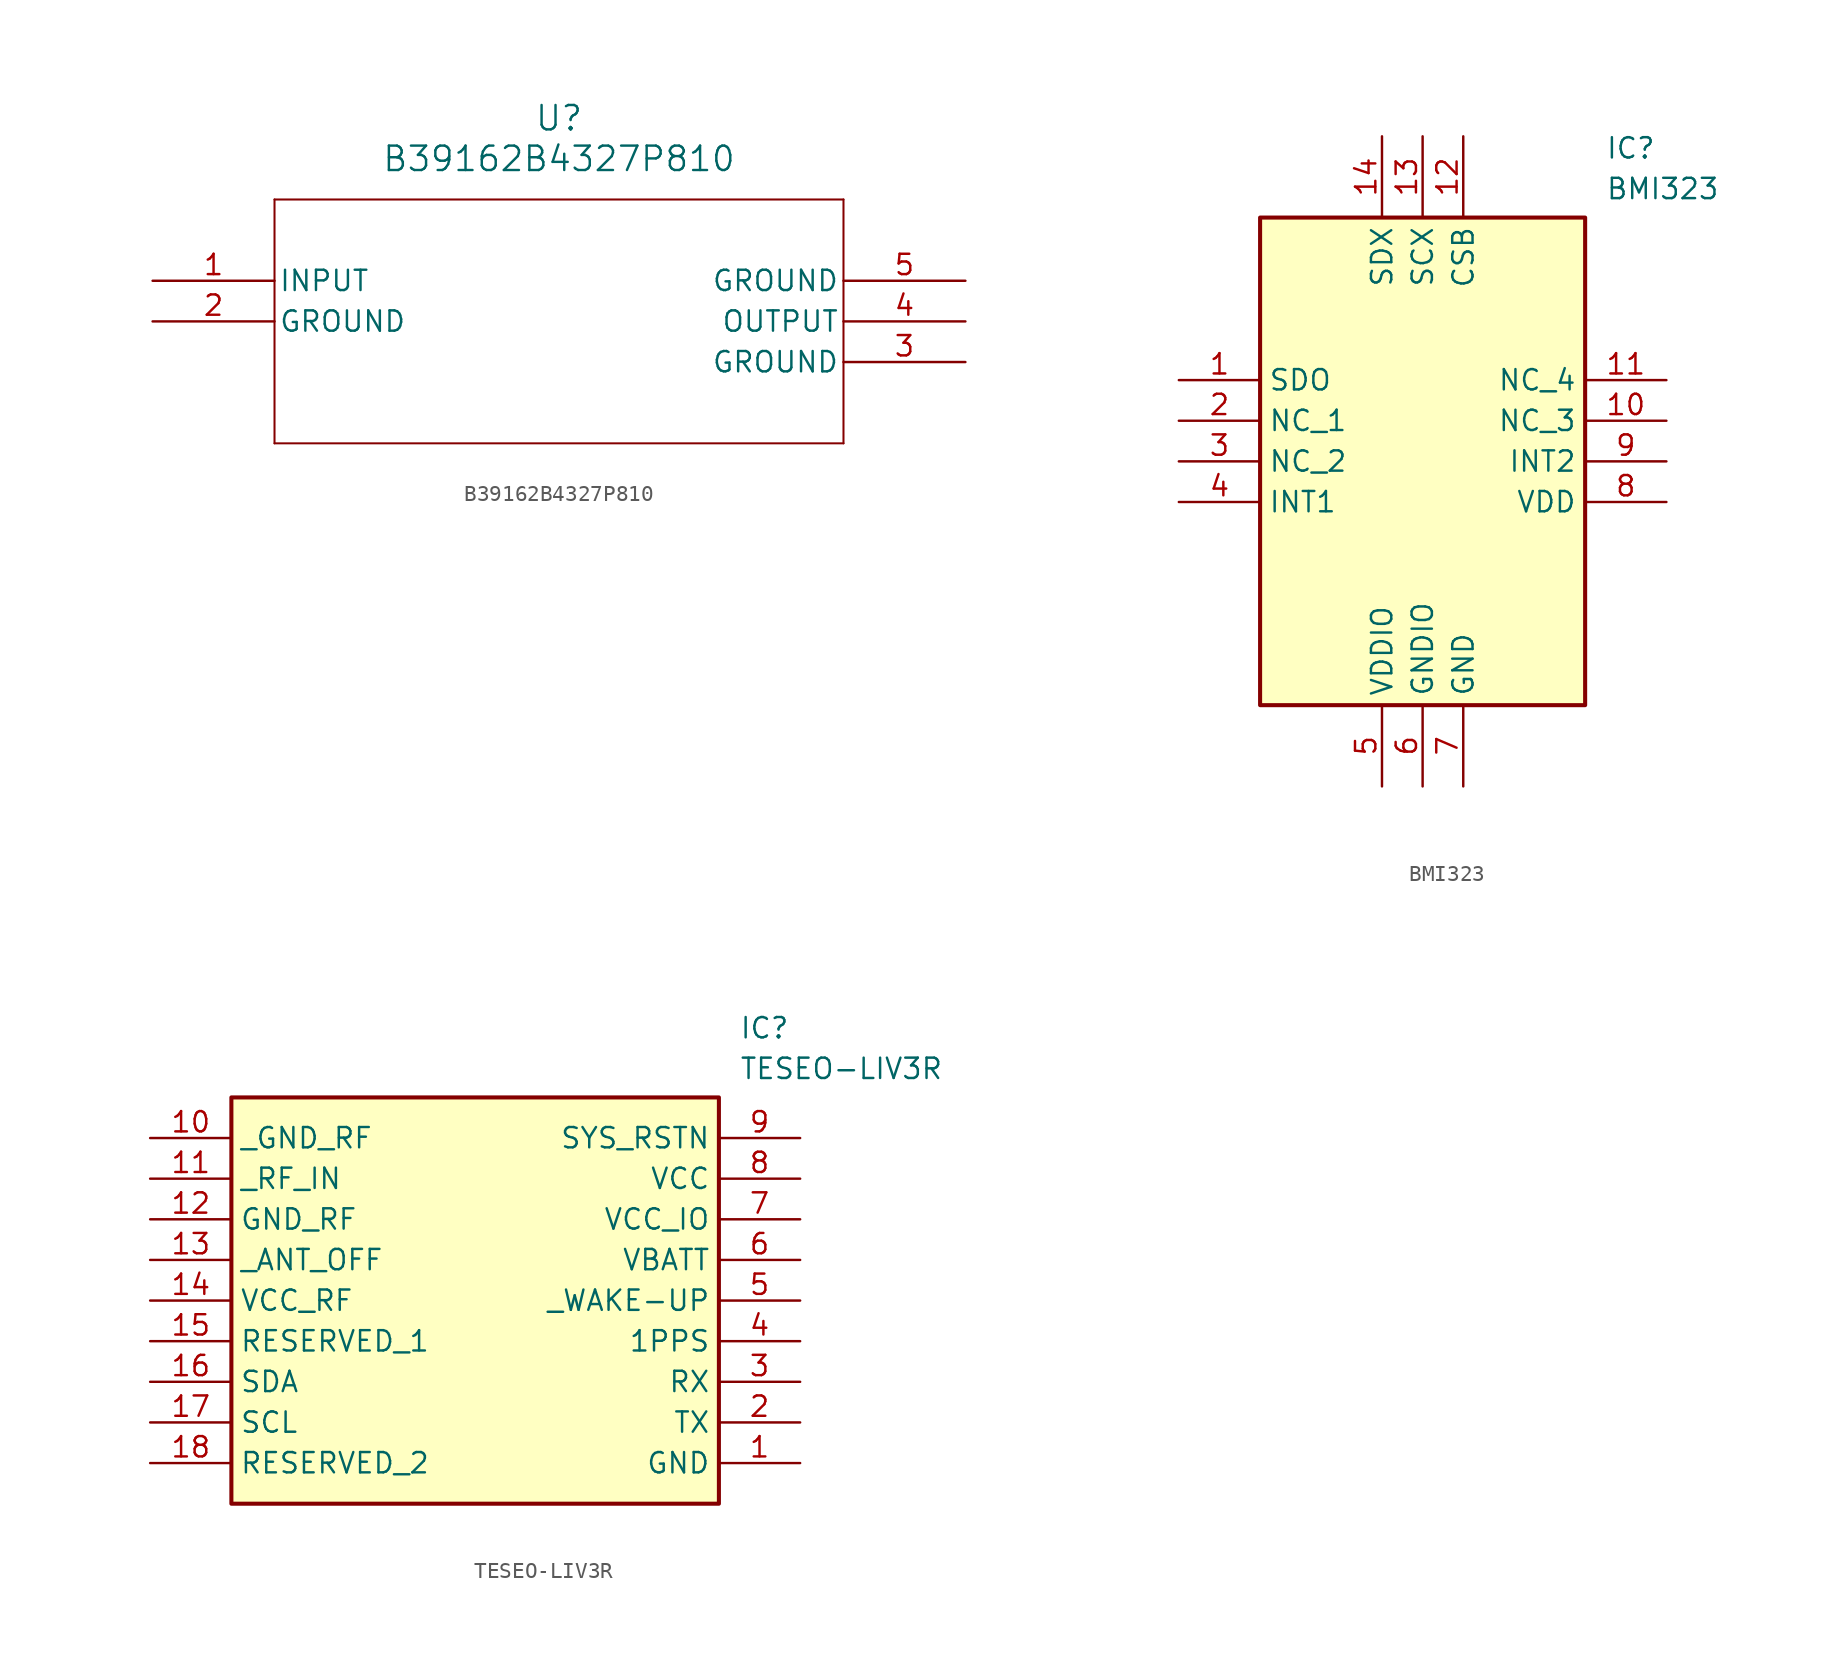
<source format=kicad_sym>
(kicad_symbol_lib
  (version 20231120)
  (generator "kicad_symbol_editor")
  (generator_version "8.0")
  (symbol "B39162B4327P810"
    (pin_names
      (offset 0.254))
    (property "Reference" "U"
      (at 25.4 10.16 0)
      (effects (font (size 1.524 1.524))))
    (property "Value" "B39162B4327P810"
      (at 25.4 7.62 0)
      (effects (font (size 1.524 1.524))))
    (property "ki_locked" ""
      (at 0 0 0)
      (effects (font (size 1.27 1.27))))
    (symbol "B39162B4327P810_0_1"
      (polyline (pts (xy 7.62 -10.16) (xy 43.18 -10.16)) (stroke (width 0.127) (type default)) (fill (type none)))
      (polyline (pts (xy 7.62 5.08) (xy 7.62 -10.16)) (stroke (width 0.127) (type default)) (fill (type none)))
      (polyline (pts (xy 43.18 -10.16) (xy 43.18 5.08)) (stroke (width 0.127) (type default)) (fill (type none)))
      (polyline (pts (xy 43.18 5.08) (xy 7.62 5.08)) (stroke (width 0.127) (type default)) (fill (type none)))
      (pin input line (at 0 0 0) (length 7.62) (name "INPUT" (effects (font (size 1.27 1.27)))) (number "1" (effects (font (size 1.27 1.27)))))
      (pin power_out line (at 0 -2.54 0) (length 7.62) (name "GROUND" (effects (font (size 1.27 1.27)))) (number "2" (effects (font (size 1.27 1.27)))))
      (pin power_out line (at 50.8 -5.08 180) (length 7.62) (name "GROUND" (effects (font (size 1.27 1.27)))) (number "3" (effects (font (size 1.27 1.27)))))
      (pin output line (at 50.8 -2.54 180) (length 7.62) (name "OUTPUT" (effects (font (size 1.27 1.27)))) (number "4" (effects (font (size 1.27 1.27)))))
      (pin power_out line (at 50.8 0 180) (length 7.62) (name "GROUND" (effects (font (size 1.27 1.27)))) (number "5" (effects (font (size 1.27 1.27)))))))
  (symbol "BMI323"
    (property "Reference" "IC"
      (at 26.67 15.24 0)
      (effects (font (size 1.27 1.27)) (justify left top)))
    (property "Value" "BMI323"
      (at 26.67 12.7 0)
      (effects (font (size 1.27 1.27)) (justify left top)))
    (symbol "BMI323_1_1"
      (rectangle (start 5.08 10.16) (end 25.4 -20.32) (stroke (width 0.254) (type default)) (fill (type background)))
      (pin passive line (at 0 0 0) (length 5.08) (name "SDO" (effects (font (size 1.27 1.27)))) (number "1" (effects (font (size 1.27 1.27)))))
      (pin passive line (at 30.48 -2.54 180) (length 5.08) (name "NC_3" (effects (font (size 1.27 1.27)))) (number "10" (effects (font (size 1.27 1.27)))))
      (pin passive line (at 30.48 0 180) (length 5.08) (name "NC_4" (effects (font (size 1.27 1.27)))) (number "11" (effects (font (size 1.27 1.27)))))
      (pin passive line (at 17.78 15.24 270) (length 5.08) (name "CSB" (effects (font (size 1.27 1.27)))) (number "12" (effects (font (size 1.27 1.27)))))
      (pin passive line (at 15.24 15.24 270) (length 5.08) (name "SCX" (effects (font (size 1.27 1.27)))) (number "13" (effects (font (size 1.27 1.27)))))
      (pin passive line (at 12.7 15.24 270) (length 5.08) (name "SDX" (effects (font (size 1.27 1.27)))) (number "14" (effects (font (size 1.27 1.27)))))
      (pin passive line (at 0 -2.54 0) (length 5.08) (name "NC_1" (effects (font (size 1.27 1.27)))) (number "2" (effects (font (size 1.27 1.27)))))
      (pin passive line (at 0 -5.08 0) (length 5.08) (name "NC_2" (effects (font (size 1.27 1.27)))) (number "3" (effects (font (size 1.27 1.27)))))
      (pin passive line (at 0 -7.62 0) (length 5.08) (name "INT1" (effects (font (size 1.27 1.27)))) (number "4" (effects (font (size 1.27 1.27)))))
      (pin passive line (at 12.7 -25.4 90) (length 5.08) (name "VDDIO" (effects (font (size 1.27 1.27)))) (number "5" (effects (font (size 1.27 1.27)))))
      (pin passive line (at 15.24 -25.4 90) (length 5.08) (name "GNDIO" (effects (font (size 1.27 1.27)))) (number "6" (effects (font (size 1.27 1.27)))))
      (pin passive line (at 17.78 -25.4 90) (length 5.08) (name "GND" (effects (font (size 1.27 1.27)))) (number "7" (effects (font (size 1.27 1.27)))))
      (pin passive line (at 30.48 -7.62 180) (length 5.08) (name "VDD" (effects (font (size 1.27 1.27)))) (number "8" (effects (font (size 1.27 1.27)))))
      (pin passive line (at 30.48 -5.08 180) (length 5.08) (name "INT2" (effects (font (size 1.27 1.27)))) (number "9" (effects (font (size 1.27 1.27)))))))
  (symbol "TESEO-LIV3R"
    (property "Reference" "IC"
      (at 36.83 7.62 0)
      (effects (font (size 1.27 1.27)) (justify left top)))
    (property "Value" "TESEO-LIV3R"
      (at 36.83 5.08 0)
      (effects (font (size 1.27 1.27)) (justify left top)))
    (symbol "TESEO-LIV3R_1_1"
      (rectangle (start 5.08 2.54) (end 35.56 -22.86) (stroke (width 0.254) (type default)) (fill (type background)))
      (pin passive line (at 40.64 -20.32 180) (length 5.08) (name "GND" (effects (font (size 1.27 1.27)))) (number "1" (effects (font (size 1.27 1.27)))))
      (pin passive line (at 0 0 0) (length 5.08) (name "_GND_RF" (effects (font (size 1.27 1.27)))) (number "10" (effects (font (size 1.27 1.27)))))
      (pin passive line (at 0 -2.54 0) (length 5.08) (name "_RF_IN" (effects (font (size 1.27 1.27)))) (number "11" (effects (font (size 1.27 1.27)))))
      (pin passive line (at 0 -5.08 0) (length 5.08) (name "GND_RF" (effects (font (size 1.27 1.27)))) (number "12" (effects (font (size 1.27 1.27)))))
      (pin passive line (at 0 -7.62 0) (length 5.08) (name "_ANT_OFF" (effects (font (size 1.27 1.27)))) (number "13" (effects (font (size 1.27 1.27)))))
      (pin passive line (at 0 -10.16 0) (length 5.08) (name "VCC_RF" (effects (font (size 1.27 1.27)))) (number "14" (effects (font (size 1.27 1.27)))))
      (pin passive line (at 0 -12.7 0) (length 5.08) (name "RESERVED_1" (effects (font (size 1.27 1.27)))) (number "15" (effects (font (size 1.27 1.27)))))
      (pin passive line (at 0 -15.24 0) (length 5.08) (name "SDA" (effects (font (size 1.27 1.27)))) (number "16" (effects (font (size 1.27 1.27)))))
      (pin passive line (at 0 -17.78 0) (length 5.08) (name "SCL" (effects (font (size 1.27 1.27)))) (number "17" (effects (font (size 1.27 1.27)))))
      (pin passive line (at 0 -20.32 0) (length 5.08) (name "RESERVED_2" (effects (font (size 1.27 1.27)))) (number "18" (effects (font (size 1.27 1.27)))))
      (pin passive line (at 40.64 -17.78 180) (length 5.08) (name "TX" (effects (font (size 1.27 1.27)))) (number "2" (effects (font (size 1.27 1.27)))))
      (pin passive line (at 40.64 -15.24 180) (length 5.08) (name "RX" (effects (font (size 1.27 1.27)))) (number "3" (effects (font (size 1.27 1.27)))))
      (pin passive line (at 40.64 -12.7 180) (length 5.08) (name "1PPS" (effects (font (size 1.27 1.27)))) (number "4" (effects (font (size 1.27 1.27)))))
      (pin passive line (at 40.64 -10.16 180) (length 5.08) (name "_WAKE-UP" (effects (font (size 1.27 1.27)))) (number "5" (effects (font (size 1.27 1.27)))))
      (pin passive line (at 40.64 -7.62 180) (length 5.08) (name "VBATT" (effects (font (size 1.27 1.27)))) (number "6" (effects (font (size 1.27 1.27)))))
      (pin passive line (at 40.64 -5.08 180) (length 5.08) (name "VCC_IO" (effects (font (size 1.27 1.27)))) (number "7" (effects (font (size 1.27 1.27)))))
      (pin passive line (at 40.64 -2.54 180) (length 5.08) (name "VCC" (effects (font (size 1.27 1.27)))) (number "8" (effects (font (size 1.27 1.27)))))
      (pin passive line (at 40.64 0 180) (length 5.08) (name "SYS_RSTN" (effects (font (size 1.27 1.27)))) (number "9" (effects (font (size 1.27 1.27))))))))
</source>
